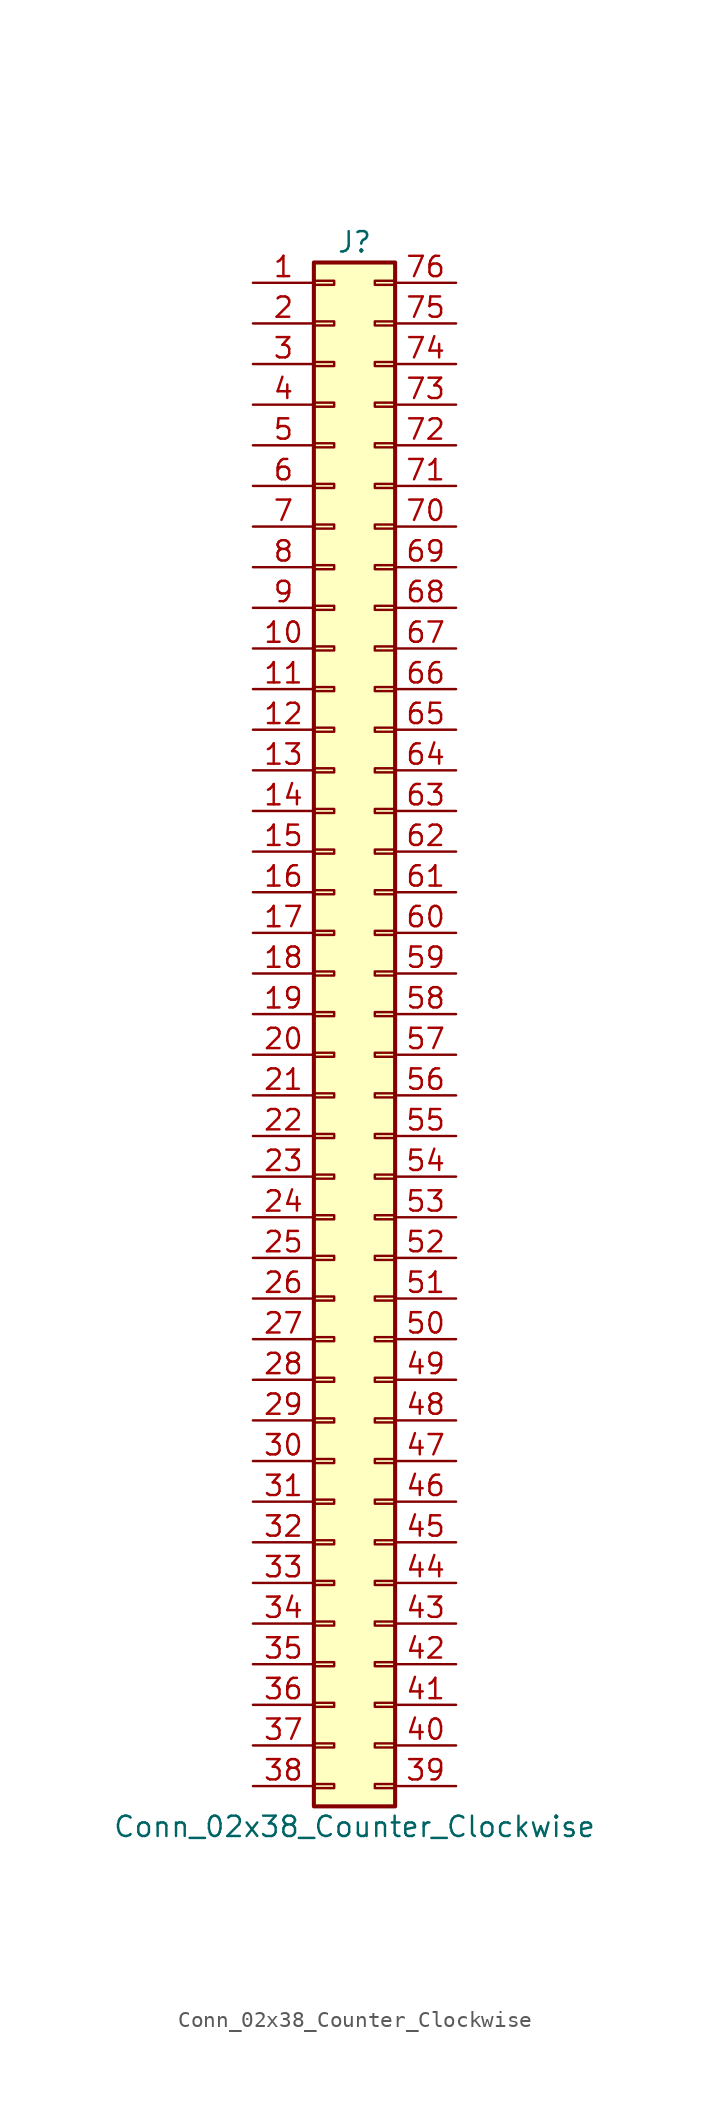
<source format=kicad_sym>
(kicad_symbol_lib
  (version 20201005)
  (generator kicad_symbol_editor)
  (symbol "Conn_02x38_Counter_Clockwise"
    (pin_names
      (offset 1.016) hide)
    (property "Reference" "J"
      (at 1.27 48.26 0)
      (effects (font (size 1.27 1.27))))
    (property "Value" "Conn_02x38_Counter_Clockwise"
      (at 1.27 -50.8 0)
      (effects (font (size 1.27 1.27))))
    (symbol "Conn_02x38_Counter_Clockwise_1_1"
      (rectangle (start -1.27 -48.133) (end 0 -48.387) (stroke (width 0.152)) (fill (type none)))
      (rectangle (start -1.27 -45.593) (end 0 -45.847) (stroke (width 0.152)) (fill (type none)))
      (rectangle (start -1.27 -43.053) (end 0 -43.307) (stroke (width 0.152)) (fill (type none)))
      (rectangle (start -1.27 -40.513) (end 0 -40.767) (stroke (width 0.152)) (fill (type none)))
      (rectangle (start -1.27 -37.973) (end 0 -38.227) (stroke (width 0.152)) (fill (type none)))
      (rectangle (start -1.27 -35.433) (end 0 -35.687) (stroke (width 0.152)) (fill (type none)))
      (rectangle (start -1.27 -32.893) (end 0 -33.147) (stroke (width 0.152)) (fill (type none)))
      (rectangle (start -1.27 -30.353) (end 0 -30.607) (stroke (width 0.152)) (fill (type none)))
      (rectangle (start -1.27 -27.813) (end 0 -28.067) (stroke (width 0.152)) (fill (type none)))
      (rectangle (start -1.27 -25.273) (end 0 -25.527) (stroke (width 0.152)) (fill (type none)))
      (rectangle (start -1.27 -22.733) (end 0 -22.987) (stroke (width 0.152)) (fill (type none)))
      (rectangle (start -1.27 -20.193) (end 0 -20.447) (stroke (width 0.152)) (fill (type none)))
      (rectangle (start -1.27 -17.653) (end 0 -17.907) (stroke (width 0.152)) (fill (type none)))
      (rectangle (start -1.27 -15.113) (end 0 -15.367) (stroke (width 0.152)) (fill (type none)))
      (rectangle (start -1.27 -12.573) (end 0 -12.827) (stroke (width 0.152)) (fill (type none)))
      (rectangle (start -1.27 -10.033) (end 0 -10.287) (stroke (width 0.152)) (fill (type none)))
      (rectangle (start -1.27 -7.493) (end 0 -7.747) (stroke (width 0.152)) (fill (type none)))
      (rectangle (start -1.27 -4.953) (end 0 -5.207) (stroke (width 0.152)) (fill (type none)))
      (rectangle (start -1.27 -2.413) (end 0 -2.667) (stroke (width 0.152)) (fill (type none)))
      (rectangle (start -1.27 0.127) (end 0 -0.127) (stroke (width 0.152)) (fill (type none)))
      (rectangle (start -1.27 2.667) (end 0 2.413) (stroke (width 0.152)) (fill (type none)))
      (rectangle (start -1.27 5.207) (end 0 4.953) (stroke (width 0.152)) (fill (type none)))
      (rectangle (start -1.27 7.747) (end 0 7.493) (stroke (width 0.152)) (fill (type none)))
      (rectangle (start -1.27 10.287) (end 0 10.033) (stroke (width 0.152)) (fill (type none)))
      (rectangle (start -1.27 12.827) (end 0 12.573) (stroke (width 0.152)) (fill (type none)))
      (rectangle (start -1.27 15.367) (end 0 15.113) (stroke (width 0.152)) (fill (type none)))
      (rectangle (start -1.27 17.907) (end 0 17.653) (stroke (width 0.152)) (fill (type none)))
      (rectangle (start -1.27 20.447) (end 0 20.193) (stroke (width 0.152)) (fill (type none)))
      (rectangle (start -1.27 22.987) (end 0 22.733) (stroke (width 0.152)) (fill (type none)))
      (rectangle (start -1.27 25.527) (end 0 25.273) (stroke (width 0.152)) (fill (type none)))
      (rectangle (start -1.27 28.067) (end 0 27.813) (stroke (width 0.152)) (fill (type none)))
      (rectangle (start -1.27 30.607) (end 0 30.353) (stroke (width 0.152)) (fill (type none)))
      (rectangle (start -1.27 33.147) (end 0 32.893) (stroke (width 0.152)) (fill (type none)))
      (rectangle (start -1.27 35.687) (end 0 35.433) (stroke (width 0.152)) (fill (type none)))
      (rectangle (start -1.27 38.227) (end 0 37.973) (stroke (width 0.152)) (fill (type none)))
      (rectangle (start -1.27 40.767) (end 0 40.513) (stroke (width 0.152)) (fill (type none)))
      (rectangle (start -1.27 43.307) (end 0 43.053) (stroke (width 0.152)) (fill (type none)))
      (rectangle (start -1.27 45.847) (end 0 45.593) (stroke (width 0.152)) (fill (type none)))
      (rectangle (start -1.27 46.99) (end 3.81 -49.53) (stroke (width 0.254)) (fill (type background)))
      (rectangle (start 3.81 -48.133) (end 2.54 -48.387) (stroke (width 0.152)) (fill (type none)))
      (rectangle (start 3.81 -45.593) (end 2.54 -45.847) (stroke (width 0.152)) (fill (type none)))
      (rectangle (start 3.81 -43.053) (end 2.54 -43.307) (stroke (width 0.152)) (fill (type none)))
      (rectangle (start 3.81 -40.513) (end 2.54 -40.767) (stroke (width 0.152)) (fill (type none)))
      (rectangle (start 3.81 -37.973) (end 2.54 -38.227) (stroke (width 0.152)) (fill (type none)))
      (rectangle (start 3.81 -35.433) (end 2.54 -35.687) (stroke (width 0.152)) (fill (type none)))
      (rectangle (start 3.81 -32.893) (end 2.54 -33.147) (stroke (width 0.152)) (fill (type none)))
      (rectangle (start 3.81 -30.353) (end 2.54 -30.607) (stroke (width 0.152)) (fill (type none)))
      (rectangle (start 3.81 -27.813) (end 2.54 -28.067) (stroke (width 0.152)) (fill (type none)))
      (rectangle (start 3.81 -25.273) (end 2.54 -25.527) (stroke (width 0.152)) (fill (type none)))
      (rectangle (start 3.81 -22.733) (end 2.54 -22.987) (stroke (width 0.152)) (fill (type none)))
      (rectangle (start 3.81 -20.193) (end 2.54 -20.447) (stroke (width 0.152)) (fill (type none)))
      (rectangle (start 3.81 -17.653) (end 2.54 -17.907) (stroke (width 0.152)) (fill (type none)))
      (rectangle (start 3.81 -15.113) (end 2.54 -15.367) (stroke (width 0.152)) (fill (type none)))
      (rectangle (start 3.81 -12.573) (end 2.54 -12.827) (stroke (width 0.152)) (fill (type none)))
      (rectangle (start 3.81 -10.033) (end 2.54 -10.287) (stroke (width 0.152)) (fill (type none)))
      (rectangle (start 3.81 -7.493) (end 2.54 -7.747) (stroke (width 0.152)) (fill (type none)))
      (rectangle (start 3.81 -4.953) (end 2.54 -5.207) (stroke (width 0.152)) (fill (type none)))
      (rectangle (start 3.81 -2.413) (end 2.54 -2.667) (stroke (width 0.152)) (fill (type none)))
      (rectangle (start 3.81 0.127) (end 2.54 -0.127) (stroke (width 0.152)) (fill (type none)))
      (rectangle (start 3.81 2.667) (end 2.54 2.413) (stroke (width 0.152)) (fill (type none)))
      (rectangle (start 3.81 5.207) (end 2.54 4.953) (stroke (width 0.152)) (fill (type none)))
      (rectangle (start 3.81 7.747) (end 2.54 7.493) (stroke (width 0.152)) (fill (type none)))
      (rectangle (start 3.81 10.287) (end 2.54 10.033) (stroke (width 0.152)) (fill (type none)))
      (rectangle (start 3.81 12.827) (end 2.54 12.573) (stroke (width 0.152)) (fill (type none)))
      (rectangle (start 3.81 15.367) (end 2.54 15.113) (stroke (width 0.152)) (fill (type none)))
      (rectangle (start 3.81 17.907) (end 2.54 17.653) (stroke (width 0.152)) (fill (type none)))
      (rectangle (start 3.81 20.447) (end 2.54 20.193) (stroke (width 0.152)) (fill (type none)))
      (rectangle (start 3.81 22.987) (end 2.54 22.733) (stroke (width 0.152)) (fill (type none)))
      (rectangle (start 3.81 25.527) (end 2.54 25.273) (stroke (width 0.152)) (fill (type none)))
      (rectangle (start 3.81 28.067) (end 2.54 27.813) (stroke (width 0.152)) (fill (type none)))
      (rectangle (start 3.81 30.607) (end 2.54 30.353) (stroke (width 0.152)) (fill (type none)))
      (rectangle (start 3.81 33.147) (end 2.54 32.893) (stroke (width 0.152)) (fill (type none)))
      (rectangle (start 3.81 35.687) (end 2.54 35.433) (stroke (width 0.152)) (fill (type none)))
      (rectangle (start 3.81 38.227) (end 2.54 37.973) (stroke (width 0.152)) (fill (type none)))
      (rectangle (start 3.81 40.767) (end 2.54 40.513) (stroke (width 0.152)) (fill (type none)))
      (rectangle (start 3.81 43.307) (end 2.54 43.053) (stroke (width 0.152)) (fill (type none)))
      (rectangle (start 3.81 45.847) (end 2.54 45.593) (stroke (width 0.152)) (fill (type none)))
      (pin passive line (at -5.08 45.72 0) (length 3.81) (name "Pin_1" (effects (font (size 1.27 1.27)))) (number "1" (effects (font (size 1.27 1.27)))))
      (pin passive line (at -5.08 22.86 0) (length 3.81) (name "Pin_10" (effects (font (size 1.27 1.27)))) (number "10" (effects (font (size 1.27 1.27)))))
      (pin passive line (at -5.08 20.32 0) (length 3.81) (name "Pin_11" (effects (font (size 1.27 1.27)))) (number "11" (effects (font (size 1.27 1.27)))))
      (pin passive line (at -5.08 17.78 0) (length 3.81) (name "Pin_12" (effects (font (size 1.27 1.27)))) (number "12" (effects (font (size 1.27 1.27)))))
      (pin passive line (at -5.08 15.24 0) (length 3.81) (name "Pin_13" (effects (font (size 1.27 1.27)))) (number "13" (effects (font (size 1.27 1.27)))))
      (pin passive line (at -5.08 12.7 0) (length 3.81) (name "Pin_14" (effects (font (size 1.27 1.27)))) (number "14" (effects (font (size 1.27 1.27)))))
      (pin passive line (at -5.08 10.16 0) (length 3.81) (name "Pin_15" (effects (font (size 1.27 1.27)))) (number "15" (effects (font (size 1.27 1.27)))))
      (pin passive line (at -5.08 7.62 0) (length 3.81) (name "Pin_16" (effects (font (size 1.27 1.27)))) (number "16" (effects (font (size 1.27 1.27)))))
      (pin passive line (at -5.08 5.08 0) (length 3.81) (name "Pin_17" (effects (font (size 1.27 1.27)))) (number "17" (effects (font (size 1.27 1.27)))))
      (pin passive line (at -5.08 2.54 0) (length 3.81) (name "Pin_18" (effects (font (size 1.27 1.27)))) (number "18" (effects (font (size 1.27 1.27)))))
      (pin passive line (at -5.08 0 0) (length 3.81) (name "Pin_19" (effects (font (size 1.27 1.27)))) (number "19" (effects (font (size 1.27 1.27)))))
      (pin passive line (at -5.08 43.18 0) (length 3.81) (name "Pin_2" (effects (font (size 1.27 1.27)))) (number "2" (effects (font (size 1.27 1.27)))))
      (pin passive line (at -5.08 -2.54 0) (length 3.81) (name "Pin_20" (effects (font (size 1.27 1.27)))) (number "20" (effects (font (size 1.27 1.27)))))
      (pin passive line (at -5.08 -5.08 0) (length 3.81) (name "Pin_21" (effects (font (size 1.27 1.27)))) (number "21" (effects (font (size 1.27 1.27)))))
      (pin passive line (at -5.08 -7.62 0) (length 3.81) (name "Pin_22" (effects (font (size 1.27 1.27)))) (number "22" (effects (font (size 1.27 1.27)))))
      (pin passive line (at -5.08 -10.16 0) (length 3.81) (name "Pin_23" (effects (font (size 1.27 1.27)))) (number "23" (effects (font (size 1.27 1.27)))))
      (pin passive line (at -5.08 -12.7 0) (length 3.81) (name "Pin_24" (effects (font (size 1.27 1.27)))) (number "24" (effects (font (size 1.27 1.27)))))
      (pin passive line (at -5.08 -15.24 0) (length 3.81) (name "Pin_25" (effects (font (size 1.27 1.27)))) (number "25" (effects (font (size 1.27 1.27)))))
      (pin passive line (at -5.08 -17.78 0) (length 3.81) (name "Pin_26" (effects (font (size 1.27 1.27)))) (number "26" (effects (font (size 1.27 1.27)))))
      (pin passive line (at -5.08 -20.32 0) (length 3.81) (name "Pin_27" (effects (font (size 1.27 1.27)))) (number "27" (effects (font (size 1.27 1.27)))))
      (pin passive line (at -5.08 -22.86 0) (length 3.81) (name "Pin_28" (effects (font (size 1.27 1.27)))) (number "28" (effects (font (size 1.27 1.27)))))
      (pin passive line (at -5.08 -25.4 0) (length 3.81) (name "Pin_29" (effects (font (size 1.27 1.27)))) (number "29" (effects (font (size 1.27 1.27)))))
      (pin passive line (at -5.08 40.64 0) (length 3.81) (name "Pin_3" (effects (font (size 1.27 1.27)))) (number "3" (effects (font (size 1.27 1.27)))))
      (pin passive line (at -5.08 -27.94 0) (length 3.81) (name "Pin_30" (effects (font (size 1.27 1.27)))) (number "30" (effects (font (size 1.27 1.27)))))
      (pin passive line (at -5.08 -30.48 0) (length 3.81) (name "Pin_31" (effects (font (size 1.27 1.27)))) (number "31" (effects (font (size 1.27 1.27)))))
      (pin passive line (at -5.08 -33.02 0) (length 3.81) (name "Pin_32" (effects (font (size 1.27 1.27)))) (number "32" (effects (font (size 1.27 1.27)))))
      (pin passive line (at -5.08 -35.56 0) (length 3.81) (name "Pin_33" (effects (font (size 1.27 1.27)))) (number "33" (effects (font (size 1.27 1.27)))))
      (pin passive line (at -5.08 -38.1 0) (length 3.81) (name "Pin_34" (effects (font (size 1.27 1.27)))) (number "34" (effects (font (size 1.27 1.27)))))
      (pin passive line (at -5.08 -40.64 0) (length 3.81) (name "Pin_35" (effects (font (size 1.27 1.27)))) (number "35" (effects (font (size 1.27 1.27)))))
      (pin passive line (at -5.08 -43.18 0) (length 3.81) (name "Pin_36" (effects (font (size 1.27 1.27)))) (number "36" (effects (font (size 1.27 1.27)))))
      (pin passive line (at -5.08 -45.72 0) (length 3.81) (name "Pin_37" (effects (font (size 1.27 1.27)))) (number "37" (effects (font (size 1.27 1.27)))))
      (pin passive line (at -5.08 -48.26 0) (length 3.81) (name "Pin_38" (effects (font (size 1.27 1.27)))) (number "38" (effects (font (size 1.27 1.27)))))
      (pin passive line (at 7.62 -48.26 180) (length 3.81) (name "Pin_39" (effects (font (size 1.27 1.27)))) (number "39" (effects (font (size 1.27 1.27)))))
      (pin passive line (at -5.08 38.1 0) (length 3.81) (name "Pin_4" (effects (font (size 1.27 1.27)))) (number "4" (effects (font (size 1.27 1.27)))))
      (pin passive line (at 7.62 -45.72 180) (length 3.81) (name "Pin_40" (effects (font (size 1.27 1.27)))) (number "40" (effects (font (size 1.27 1.27)))))
      (pin passive line (at 7.62 -43.18 180) (length 3.81) (name "Pin_41" (effects (font (size 1.27 1.27)))) (number "41" (effects (font (size 1.27 1.27)))))
      (pin passive line (at 7.62 -40.64 180) (length 3.81) (name "Pin_42" (effects (font (size 1.27 1.27)))) (number "42" (effects (font (size 1.27 1.27)))))
      (pin passive line (at 7.62 -38.1 180) (length 3.81) (name "Pin_43" (effects (font (size 1.27 1.27)))) (number "43" (effects (font (size 1.27 1.27)))))
      (pin passive line (at 7.62 -35.56 180) (length 3.81) (name "Pin_44" (effects (font (size 1.27 1.27)))) (number "44" (effects (font (size 1.27 1.27)))))
      (pin passive line (at 7.62 -33.02 180) (length 3.81) (name "Pin_45" (effects (font (size 1.27 1.27)))) (number "45" (effects (font (size 1.27 1.27)))))
      (pin passive line (at 7.62 -30.48 180) (length 3.81) (name "Pin_46" (effects (font (size 1.27 1.27)))) (number "46" (effects (font (size 1.27 1.27)))))
      (pin passive line (at 7.62 -27.94 180) (length 3.81) (name "Pin_47" (effects (font (size 1.27 1.27)))) (number "47" (effects (font (size 1.27 1.27)))))
      (pin passive line (at 7.62 -25.4 180) (length 3.81) (name "Pin_48" (effects (font (size 1.27 1.27)))) (number "48" (effects (font (size 1.27 1.27)))))
      (pin passive line (at 7.62 -22.86 180) (length 3.81) (name "Pin_49" (effects (font (size 1.27 1.27)))) (number "49" (effects (font (size 1.27 1.27)))))
      (pin passive line (at -5.08 35.56 0) (length 3.81) (name "Pin_5" (effects (font (size 1.27 1.27)))) (number "5" (effects (font (size 1.27 1.27)))))
      (pin passive line (at 7.62 -20.32 180) (length 3.81) (name "Pin_50" (effects (font (size 1.27 1.27)))) (number "50" (effects (font (size 1.27 1.27)))))
      (pin passive line (at 7.62 -17.78 180) (length 3.81) (name "Pin_51" (effects (font (size 1.27 1.27)))) (number "51" (effects (font (size 1.27 1.27)))))
      (pin passive line (at 7.62 -15.24 180) (length 3.81) (name "Pin_52" (effects (font (size 1.27 1.27)))) (number "52" (effects (font (size 1.27 1.27)))))
      (pin passive line (at 7.62 -12.7 180) (length 3.81) (name "Pin_53" (effects (font (size 1.27 1.27)))) (number "53" (effects (font (size 1.27 1.27)))))
      (pin passive line (at 7.62 -10.16 180) (length 3.81) (name "Pin_54" (effects (font (size 1.27 1.27)))) (number "54" (effects (font (size 1.27 1.27)))))
      (pin passive line (at 7.62 -7.62 180) (length 3.81) (name "Pin_55" (effects (font (size 1.27 1.27)))) (number "55" (effects (font (size 1.27 1.27)))))
      (pin passive line (at 7.62 -5.08 180) (length 3.81) (name "Pin_56" (effects (font (size 1.27 1.27)))) (number "56" (effects (font (size 1.27 1.27)))))
      (pin passive line (at 7.62 -2.54 180) (length 3.81) (name "Pin_57" (effects (font (size 1.27 1.27)))) (number "57" (effects (font (size 1.27 1.27)))))
      (pin passive line (at 7.62 0 180) (length 3.81) (name "Pin_58" (effects (font (size 1.27 1.27)))) (number "58" (effects (font (size 1.27 1.27)))))
      (pin passive line (at 7.62 2.54 180) (length 3.81) (name "Pin_59" (effects (font (size 1.27 1.27)))) (number "59" (effects (font (size 1.27 1.27)))))
      (pin passive line (at -5.08 33.02 0) (length 3.81) (name "Pin_6" (effects (font (size 1.27 1.27)))) (number "6" (effects (font (size 1.27 1.27)))))
      (pin passive line (at 7.62 5.08 180) (length 3.81) (name "Pin_60" (effects (font (size 1.27 1.27)))) (number "60" (effects (font (size 1.27 1.27)))))
      (pin passive line (at 7.62 7.62 180) (length 3.81) (name "Pin_61" (effects (font (size 1.27 1.27)))) (number "61" (effects (font (size 1.27 1.27)))))
      (pin passive line (at 7.62 10.16 180) (length 3.81) (name "Pin_62" (effects (font (size 1.27 1.27)))) (number "62" (effects (font (size 1.27 1.27)))))
      (pin passive line (at 7.62 12.7 180) (length 3.81) (name "Pin_63" (effects (font (size 1.27 1.27)))) (number "63" (effects (font (size 1.27 1.27)))))
      (pin passive line (at 7.62 15.24 180) (length 3.81) (name "Pin_64" (effects (font (size 1.27 1.27)))) (number "64" (effects (font (size 1.27 1.27)))))
      (pin passive line (at 7.62 17.78 180) (length 3.81) (name "Pin_65" (effects (font (size 1.27 1.27)))) (number "65" (effects (font (size 1.27 1.27)))))
      (pin passive line (at 7.62 20.32 180) (length 3.81) (name "Pin_66" (effects (font (size 1.27 1.27)))) (number "66" (effects (font (size 1.27 1.27)))))
      (pin passive line (at 7.62 22.86 180) (length 3.81) (name "Pin_67" (effects (font (size 1.27 1.27)))) (number "67" (effects (font (size 1.27 1.27)))))
      (pin passive line (at 7.62 25.4 180) (length 3.81) (name "Pin_68" (effects (font (size 1.27 1.27)))) (number "68" (effects (font (size 1.27 1.27)))))
      (pin passive line (at 7.62 27.94 180) (length 3.81) (name "Pin_69" (effects (font (size 1.27 1.27)))) (number "69" (effects (font (size 1.27 1.27)))))
      (pin passive line (at -5.08 30.48 0) (length 3.81) (name "Pin_7" (effects (font (size 1.27 1.27)))) (number "7" (effects (font (size 1.27 1.27)))))
      (pin passive line (at 7.62 30.48 180) (length 3.81) (name "Pin_70" (effects (font (size 1.27 1.27)))) (number "70" (effects (font (size 1.27 1.27)))))
      (pin passive line (at 7.62 33.02 180) (length 3.81) (name "Pin_71" (effects (font (size 1.27 1.27)))) (number "71" (effects (font (size 1.27 1.27)))))
      (pin passive line (at 7.62 35.56 180) (length 3.81) (name "Pin_72" (effects (font (size 1.27 1.27)))) (number "72" (effects (font (size 1.27 1.27)))))
      (pin passive line (at 7.62 38.1 180) (length 3.81) (name "Pin_73" (effects (font (size 1.27 1.27)))) (number "73" (effects (font (size 1.27 1.27)))))
      (pin passive line (at 7.62 40.64 180) (length 3.81) (name "Pin_74" (effects (font (size 1.27 1.27)))) (number "74" (effects (font (size 1.27 1.27)))))
      (pin passive line (at 7.62 43.18 180) (length 3.81) (name "Pin_75" (effects (font (size 1.27 1.27)))) (number "75" (effects (font (size 1.27 1.27)))))
      (pin passive line (at 7.62 45.72 180) (length 3.81) (name "Pin_76" (effects (font (size 1.27 1.27)))) (number "76" (effects (font (size 1.27 1.27)))))
      (pin passive line (at -5.08 27.94 0) (length 3.81) (name "Pin_8" (effects (font (size 1.27 1.27)))) (number "8" (effects (font (size 1.27 1.27)))))
      (pin passive line (at -5.08 25.4 0) (length 3.81) (name "Pin_9" (effects (font (size 1.27 1.27)))) (number "9" (effects (font (size 1.27 1.27))))))))
</source>
